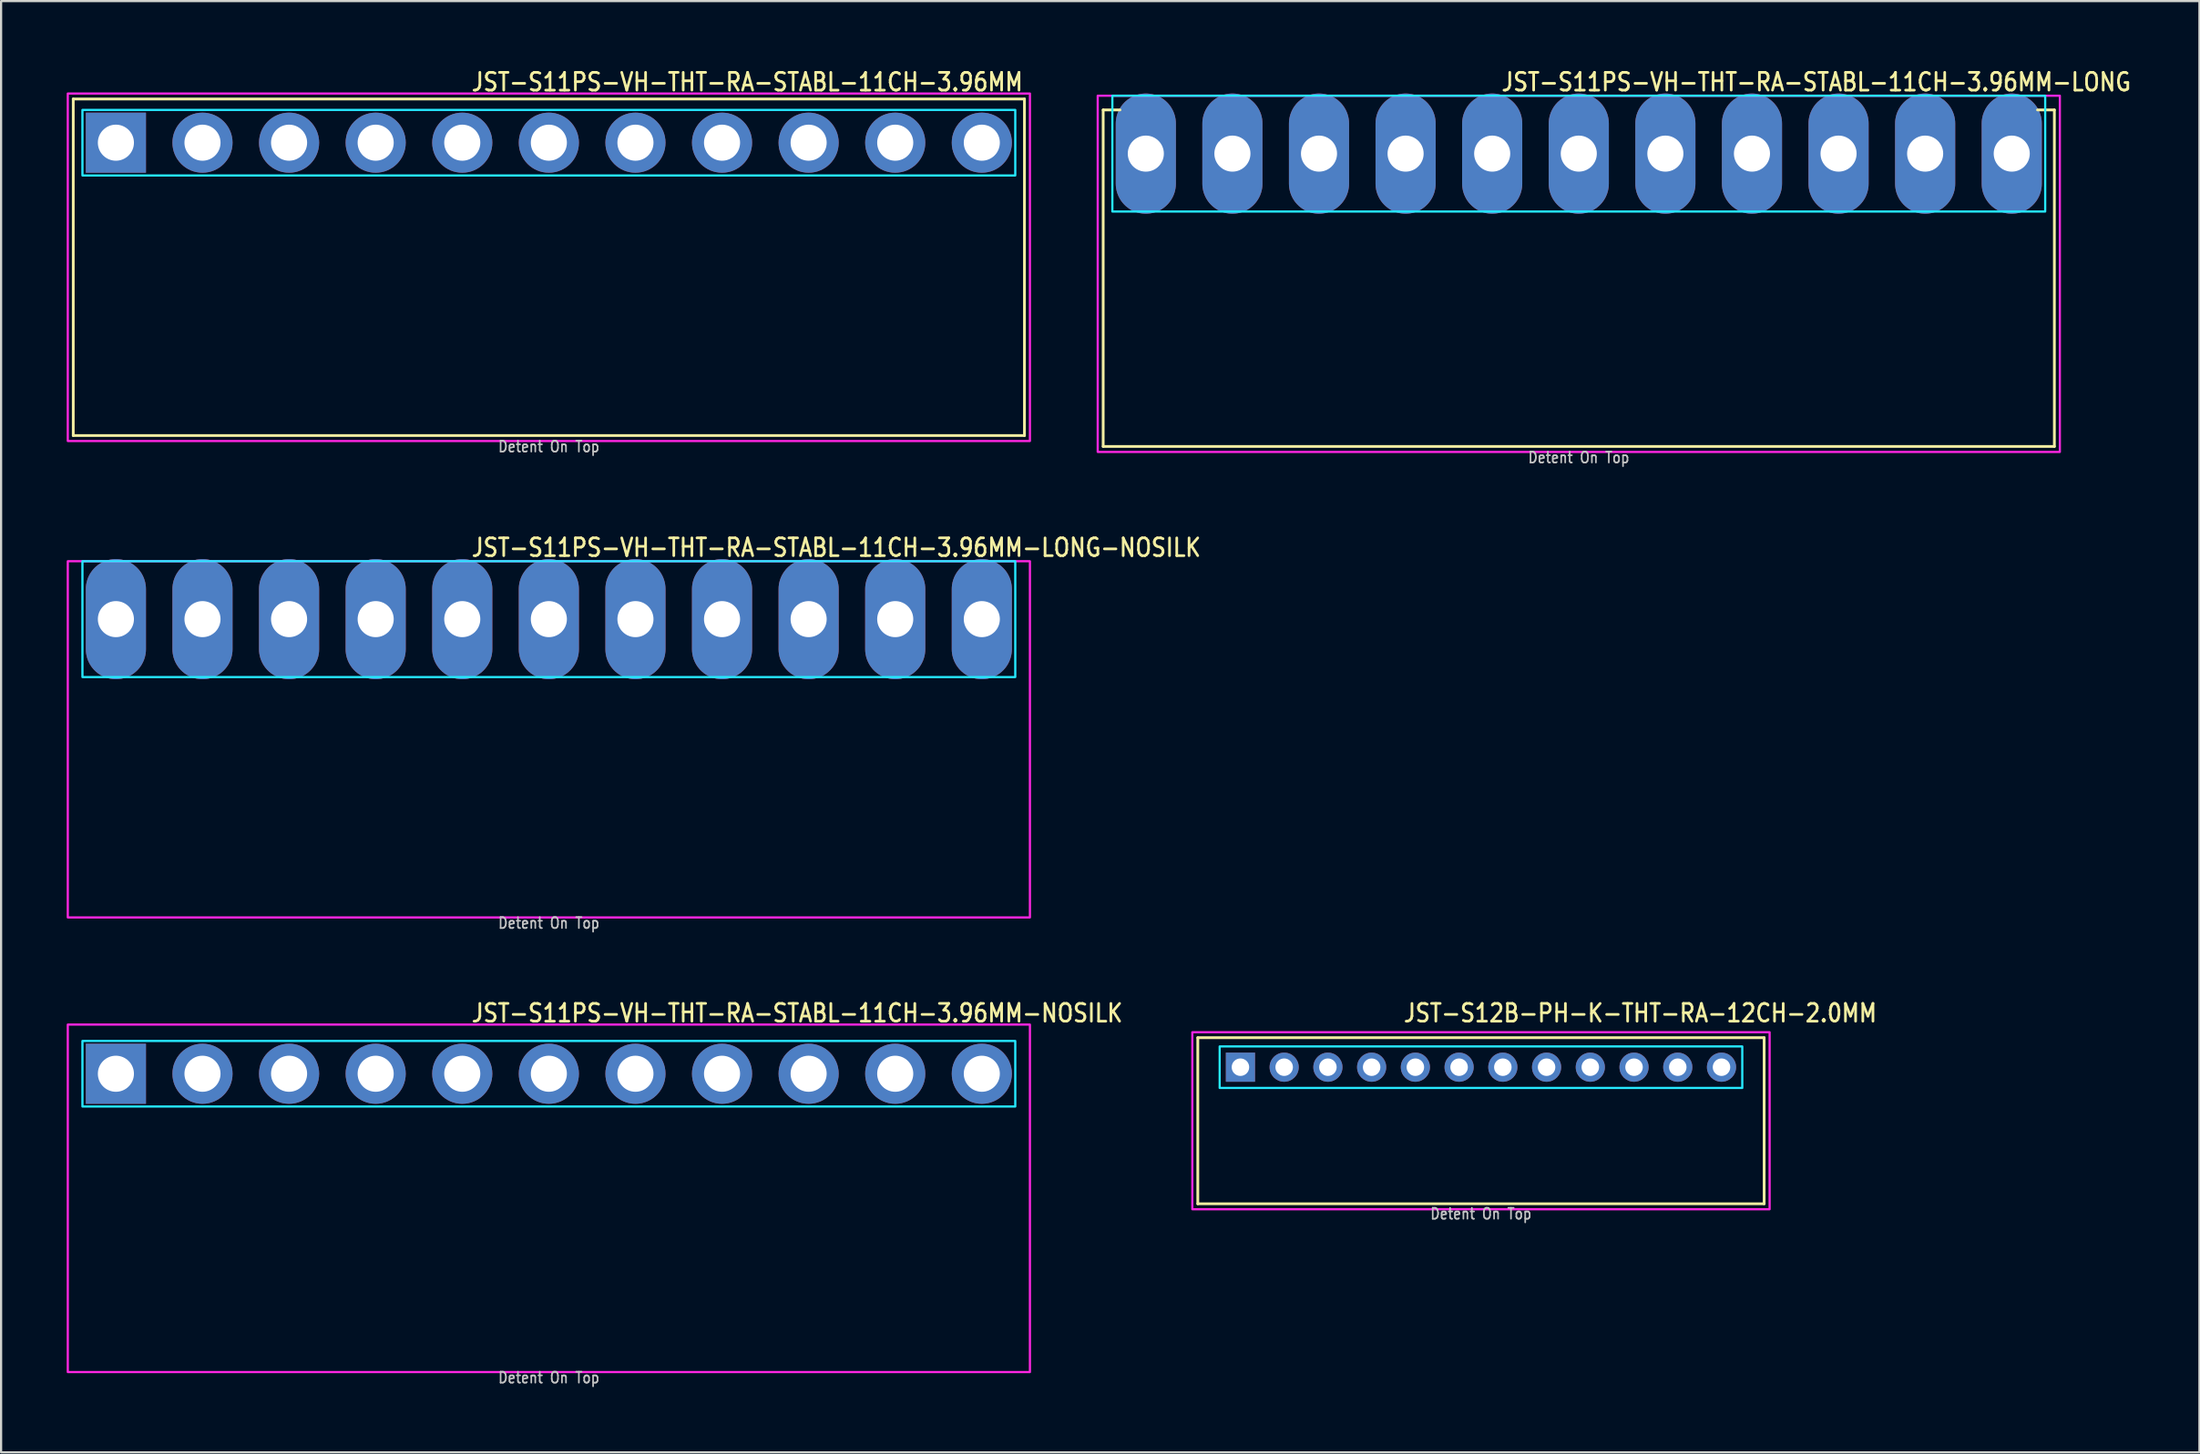
<source format=kicad_pcb>
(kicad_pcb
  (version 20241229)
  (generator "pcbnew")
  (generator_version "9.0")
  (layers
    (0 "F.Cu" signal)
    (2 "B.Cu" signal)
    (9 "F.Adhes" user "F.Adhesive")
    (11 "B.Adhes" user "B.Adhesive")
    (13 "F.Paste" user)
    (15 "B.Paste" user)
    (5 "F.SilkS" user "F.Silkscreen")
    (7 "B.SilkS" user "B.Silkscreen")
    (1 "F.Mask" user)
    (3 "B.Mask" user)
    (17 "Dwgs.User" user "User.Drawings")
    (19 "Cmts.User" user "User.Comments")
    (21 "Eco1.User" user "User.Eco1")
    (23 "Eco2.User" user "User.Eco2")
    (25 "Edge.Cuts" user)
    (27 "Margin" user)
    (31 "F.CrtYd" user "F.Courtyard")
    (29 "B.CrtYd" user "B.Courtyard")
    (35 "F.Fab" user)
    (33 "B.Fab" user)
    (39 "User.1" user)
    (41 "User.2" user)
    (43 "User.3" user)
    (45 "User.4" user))
  (footprint "JST-S11PS-VH-THT-RA-STABL-11CH-3.96MM-LONG-NOSILK"
    (layer "F.Cu")
    (at 22.05 25.28)
    (property "Reference" "JST-S11PS-VH-THT-RA-STABL-11CH-3.96MM-LONG-NOSILK" (at -3.6 -2.8 0) (unlocked yes) (layer "F.SilkS") (effects (font (size 0.813 0.695) (thickness 0.122)) (justify left bottom)))
    (fp_poly (pts (xy -21.33 -2.65) (xy -21.33 2.65) (xy 21.33 2.65) (xy 21.33 -2.65)) (stroke (width 0.1) (type solid)) (fill no) (layer "B.CrtYd"))
    (fp_poly (pts (xy -22 -2.65) (xy -22 13.65) (xy 22 13.65) (xy 22 -2.65)) (stroke (width 0.1) (type solid)) (fill no) (layer "F.CrtYd"))
    (fp_text user "Detent On Top" (at 0 14.2 0) (unlocked yes) (layer "Dwgs.User") (effects (font (size 0.5 0.427) (thickness 0.075)) (justify bottom)))
    (pad "1" thru_hole oval (at -19.8 0 90) (size 5.5 2.75) (drill 1.65) (layers "*.Cu" "*.Mask"))
    (pad "2" thru_hole oval (at -15.84 0 90) (size 5.5 2.75) (drill 1.65) (layers "*.Cu" "*.Mask"))
    (pad "3" thru_hole oval (at -11.88 0 90) (size 5.5 2.75) (drill 1.65) (layers "*.Cu" "*.Mask"))
    (pad "4" thru_hole oval (at -7.92 0 90) (size 5.5 2.75) (drill 1.65) (layers "*.Cu" "*.Mask"))
    (pad "5" thru_hole oval (at -3.96 0 90) (size 5.5 2.75) (drill 1.65) (layers "*.Cu" "*.Mask"))
    (pad "6" thru_hole oval (at 0 0 90) (size 5.5 2.75) (drill 1.65) (layers "*.Cu" "*.Mask"))
    (pad "7" thru_hole oval (at 3.96 0 90) (size 5.5 2.75) (drill 1.65) (layers "*.Cu" "*.Mask"))
    (pad "8" thru_hole oval (at 7.92 0 90) (size 5.5 2.75) (drill 1.65) (layers "*.Cu" "*.Mask"))
    (pad "9" thru_hole oval (at 11.88 0 90) (size 5.5 2.75) (drill 1.65) (layers "*.Cu" "*.Mask"))
    (pad "10" thru_hole oval (at 15.84 0 90) (size 5.5 2.75) (drill 1.65) (layers "*.Cu" "*.Mask"))
    (pad "11" thru_hole oval (at 19.8 0 90) (size 5.5 2.75) (drill 1.65) (layers "*.Cu" "*.Mask")))
  (footprint "JST-S12B-PH-K-THT-RA-12CH-2.0MM"
    (layer "F.Cu")
    (at 64.677 45.782)
    (property "Reference" "JST-S12B-PH-K-THT-RA-12CH-2.0MM" (at -3.6 -2 0) (unlocked yes) (layer "F.SilkS") (effects (font (size 0.813 0.695) (thickness 0.122)) (justify left bottom)))
    (fp_line (start -12.95 -1.35) (end 12.95 -1.35) (stroke (width 0.127) (type solid)) (layer "F.SilkS"))
    (fp_line (start -12.95 6.25) (end -12.95 -1.35) (stroke (width 0.127) (type solid)) (layer "F.SilkS"))
    (fp_line (start -12.95 6.25) (end 12.95 6.25) (stroke (width 0.127) (type solid)) (layer "F.SilkS"))
    (fp_line (start 12.95 -1.35) (end 12.95 6.25) (stroke (width 0.127) (type solid)) (layer "F.SilkS"))
    (fp_poly (pts (xy -11.95 -0.95) (xy -11.95 0.95) (xy 11.95 0.95) (xy 11.95 -0.95)) (stroke (width 0.1) (type solid)) (fill no) (layer "B.CrtYd"))
    (fp_poly (pts (xy -13.2 -1.6) (xy -13.2 6.5) (xy 13.2 6.5) (xy 13.2 -1.6)) (stroke (width 0.1) (type solid)) (fill no) (layer "F.CrtYd"))
    (fp_text user "Detent On Top" (at 0 7 0) (unlocked yes) (layer "Dwgs.User") (effects (font (size 0.5 0.427) (thickness 0.075)) (justify bottom)))
    (pad "1" thru_hole rect (at -11 0) (size 1.333 1.333) (drill 0.8) (layers "*.Cu" "*.Mask"))
    (pad "2" thru_hole oval (at -9 0) (size 1.333 1.333) (drill 0.8) (layers "*.Cu" "*.Mask"))
    (pad "3" thru_hole oval (at -7 0) (size 1.333 1.333) (drill 0.8) (layers "*.Cu" "*.Mask"))
    (pad "4" thru_hole oval (at -5 0) (size 1.333 1.333) (drill 0.8) (layers "*.Cu" "*.Mask"))
    (pad "5" thru_hole oval (at -3 0) (size 1.333 1.333) (drill 0.8) (layers "*.Cu" "*.Mask"))
    (pad "6" thru_hole oval (at -1 0) (size 1.333 1.333) (drill 0.8) (layers "*.Cu" "*.Mask"))
    (pad "7" thru_hole oval (at 1 0) (size 1.333 1.333) (drill 0.8) (layers "*.Cu" "*.Mask"))
    (pad "8" thru_hole oval (at 3 0) (size 1.333 1.333) (drill 0.8) (layers "*.Cu" "*.Mask"))
    (pad "9" thru_hole oval (at 5 0) (size 1.333 1.333) (drill 0.8) (layers "*.Cu" "*.Mask"))
    (pad "10" thru_hole oval (at 7 0) (size 1.333 1.333) (drill 0.8) (layers "*.Cu" "*.Mask"))
    (pad "11" thru_hole oval (at 9 0) (size 1.333 1.333) (drill 0.8) (layers "*.Cu" "*.Mask"))
    (pad "12" thru_hole oval (at 11 0) (size 1.333 1.333) (drill 0.8) (layers "*.Cu" "*.Mask")))
  (footprint "JST-S11PS-VH-THT-RA-STABL-11CH-3.96MM-NOSILK"
    (layer "F.Cu")
    (at 22.05 46.082)
    (property "Reference" "JST-S11PS-VH-THT-RA-STABL-11CH-3.96MM-NOSILK" (at -3.6 -2.3 0) (unlocked yes) (layer "F.SilkS") (effects (font (size 0.813 0.695) (thickness 0.122)) (justify left bottom)))
    (fp_poly (pts (xy -21.33 -1.5) (xy -21.33 1.5) (xy 21.33 1.5) (xy 21.33 -1.5)) (stroke (width 0.1) (type solid)) (fill no) (layer "B.CrtYd"))
    (fp_poly (pts (xy -22 13.65) (xy 22 13.65) (xy 22 -2.25) (xy -22 -2.25)) (stroke (width 0.1) (type solid)) (fill no) (layer "F.CrtYd"))
    (fp_text user "Detent On Top" (at 0 14.2 0) (unlocked yes) (layer "Dwgs.User") (effects (font (size 0.5 0.427) (thickness 0.075)) (justify bottom)))
    (pad "1" thru_hole rect (at -19.8 0) (size 2.75 2.75) (drill 1.65) (layers "*.Cu" "*.Mask"))
    (pad "2" thru_hole oval (at -15.84 0) (size 2.75 2.75) (drill 1.65) (layers "*.Cu" "*.Mask"))
    (pad "3" thru_hole oval (at -11.88 0) (size 2.75 2.75) (drill 1.65) (layers "*.Cu" "*.Mask"))
    (pad "4" thru_hole oval (at -7.92 0) (size 2.75 2.75) (drill 1.65) (layers "*.Cu" "*.Mask"))
    (pad "5" thru_hole oval (at -3.96 0) (size 2.75 2.75) (drill 1.65) (layers "*.Cu" "*.Mask"))
    (pad "6" thru_hole oval (at 0 0) (size 2.75 2.75) (drill 1.65) (layers "*.Cu" "*.Mask"))
    (pad "7" thru_hole oval (at 3.96 0) (size 2.75 2.75) (drill 1.65) (layers "*.Cu" "*.Mask"))
    (pad "8" thru_hole oval (at 7.92 0) (size 2.75 2.75) (drill 1.65) (layers "*.Cu" "*.Mask"))
    (pad "9" thru_hole oval (at 11.88 0) (size 2.75 2.75) (drill 1.65) (layers "*.Cu" "*.Mask"))
    (pad "10" thru_hole oval (at 15.84 0) (size 2.75 2.75) (drill 1.65) (layers "*.Cu" "*.Mask"))
    (pad "11" thru_hole oval (at 19.8 0) (size 2.75 2.75) (drill 1.65) (layers "*.Cu" "*.Mask")))
  (footprint "JST-S11PS-VH-THT-RA-STABL-11CH-3.96MM"
    (layer "F.Cu")
    (at 22.05 3.479)
    (property "Reference" "JST-S11PS-VH-THT-RA-STABL-11CH-3.96MM" (at -3.6 -2.3 0) (unlocked yes) (layer "F.SilkS") (effects (font (size 0.813 0.695) (thickness 0.122)) (justify left bottom)))
    (fp_line (start -21.75 -2) (end 21.75 -2) (stroke (width 0.127) (type solid)) (layer "F.SilkS"))
    (fp_line (start -21.75 13.4) (end -21.75 -2) (stroke (width 0.127) (type solid)) (layer "F.SilkS"))
    (fp_line (start -21.75 13.4) (end 21.75 13.4) (stroke (width 0.127) (type solid)) (layer "F.SilkS"))
    (fp_line (start 21.75 -2) (end 21.75 13.4) (stroke (width 0.127) (type solid)) (layer "F.SilkS"))
    (fp_poly (pts (xy -21.33 -1.5) (xy -21.33 1.5) (xy 21.33 1.5) (xy 21.33 -1.5)) (stroke (width 0.1) (type solid)) (fill no) (layer "B.CrtYd"))
    (fp_poly (pts (xy -22 13.65) (xy 22 13.65) (xy 22 -2.25) (xy -22 -2.25)) (stroke (width 0.1) (type solid)) (fill no) (layer "F.CrtYd"))
    (fp_text user "Detent On Top" (at 0 14.2 0) (unlocked yes) (layer "Dwgs.User") (effects (font (size 0.5 0.427) (thickness 0.075)) (justify bottom)))
    (pad "1" thru_hole rect (at -19.8 0) (size 2.75 2.75) (drill 1.65) (layers "*.Cu" "*.Mask"))
    (pad "2" thru_hole oval (at -15.84 0) (size 2.75 2.75) (drill 1.65) (layers "*.Cu" "*.Mask"))
    (pad "3" thru_hole oval (at -11.88 0) (size 2.75 2.75) (drill 1.65) (layers "*.Cu" "*.Mask"))
    (pad "4" thru_hole oval (at -7.92 0) (size 2.75 2.75) (drill 1.65) (layers "*.Cu" "*.Mask"))
    (pad "5" thru_hole oval (at -3.96 0) (size 2.75 2.75) (drill 1.65) (layers "*.Cu" "*.Mask"))
    (pad "6" thru_hole oval (at 0 0) (size 2.75 2.75) (drill 1.65) (layers "*.Cu" "*.Mask"))
    (pad "7" thru_hole oval (at 3.96 0) (size 2.75 2.75) (drill 1.65) (layers "*.Cu" "*.Mask"))
    (pad "8" thru_hole oval (at 7.92 0) (size 2.75 2.75) (drill 1.65) (layers "*.Cu" "*.Mask"))
    (pad "9" thru_hole oval (at 11.88 0) (size 2.75 2.75) (drill 1.65) (layers "*.Cu" "*.Mask"))
    (pad "10" thru_hole oval (at 15.84 0) (size 2.75 2.75) (drill 1.65) (layers "*.Cu" "*.Mask"))
    (pad "11" thru_hole oval (at 19.8 0) (size 2.75 2.75) (drill 1.65) (layers "*.Cu" "*.Mask")))
  (footprint "JST-S11PS-VH-THT-RA-STABL-11CH-3.96MM-LONG"
    (layer "F.Cu")
    (at 69.15 3.979)
    (property "Reference" "JST-S11PS-VH-THT-RA-STABL-11CH-3.96MM-LONG" (at -3.6 -2.8 0) (unlocked yes) (layer "F.SilkS") (effects (font (size 0.813 0.695) (thickness 0.122)) (justify left bottom)))
    (fp_line (start -21.75 -2) (end -20.98 -2) (stroke (width 0.127) (type solid)) (layer "F.SilkS"))
    (fp_line (start -21.75 13.4) (end -21.75 -2) (stroke (width 0.127) (type solid)) (layer "F.SilkS"))
    (fp_line (start -21.75 13.4) (end 21.75 13.4) (stroke (width 0.127) (type solid)) (layer "F.SilkS"))
    (fp_line (start 21.75 -2) (end 20.98 -2) (stroke (width 0.127) (type solid)) (layer "F.SilkS"))
    (fp_line (start 21.75 -2) (end 21.75 13.4) (stroke (width 0.127) (type solid)) (layer "F.SilkS"))
    (fp_poly (pts (xy -21.33 -2.65) (xy -21.33 2.65) (xy 21.33 2.65) (xy 21.33 -2.65)) (stroke (width 0.1) (type solid)) (fill no) (layer "B.CrtYd"))
    (fp_poly (pts (xy -22 -2.65) (xy -22 13.65) (xy 22 13.65) (xy 22 -2.65)) (stroke (width 0.1) (type solid)) (fill no) (layer "F.CrtYd"))
    (fp_text user "Detent On Top" (at 0 14.2 0) (unlocked yes) (layer "Dwgs.User") (effects (font (size 0.5 0.427) (thickness 0.075)) (justify bottom)))
    (pad "1" thru_hole oval (at -19.8 0 90) (size 5.5 2.75) (drill 1.65) (layers "*.Cu" "*.Mask"))
    (pad "2" thru_hole oval (at -15.84 0 90) (size 5.5 2.75) (drill 1.65) (layers "*.Cu" "*.Mask"))
    (pad "3" thru_hole oval (at -11.88 0 90) (size 5.5 2.75) (drill 1.65) (layers "*.Cu" "*.Mask"))
    (pad "4" thru_hole oval (at -7.92 0 90) (size 5.5 2.75) (drill 1.65) (layers "*.Cu" "*.Mask"))
    (pad "5" thru_hole oval (at -3.96 0 90) (size 5.5 2.75) (drill 1.65) (layers "*.Cu" "*.Mask"))
    (pad "6" thru_hole oval (at 0 0 90) (size 5.5 2.75) (drill 1.65) (layers "*.Cu" "*.Mask"))
    (pad "7" thru_hole oval (at 3.96 0 90) (size 5.5 2.75) (drill 1.65) (layers "*.Cu" "*.Mask"))
    (pad "8" thru_hole oval (at 7.92 0 90) (size 5.5 2.75) (drill 1.65) (layers "*.Cu" "*.Mask"))
    (pad "9" thru_hole oval (at 11.88 0 90) (size 5.5 2.75) (drill 1.65) (layers "*.Cu" "*.Mask"))
    (pad "10" thru_hole oval (at 15.84 0 90) (size 5.5 2.75) (drill 1.65) (layers "*.Cu" "*.Mask"))
    (pad "11" thru_hole oval (at 19.8 0 90) (size 5.5 2.75) (drill 1.65) (layers "*.Cu" "*.Mask")))
  (gr_rect
    (start -3 -3)
    (end 97.534 63.405)
    (stroke (width 0.1) (type default))
    (fill no)
    (layer "Edge.Cuts")))
</source>
